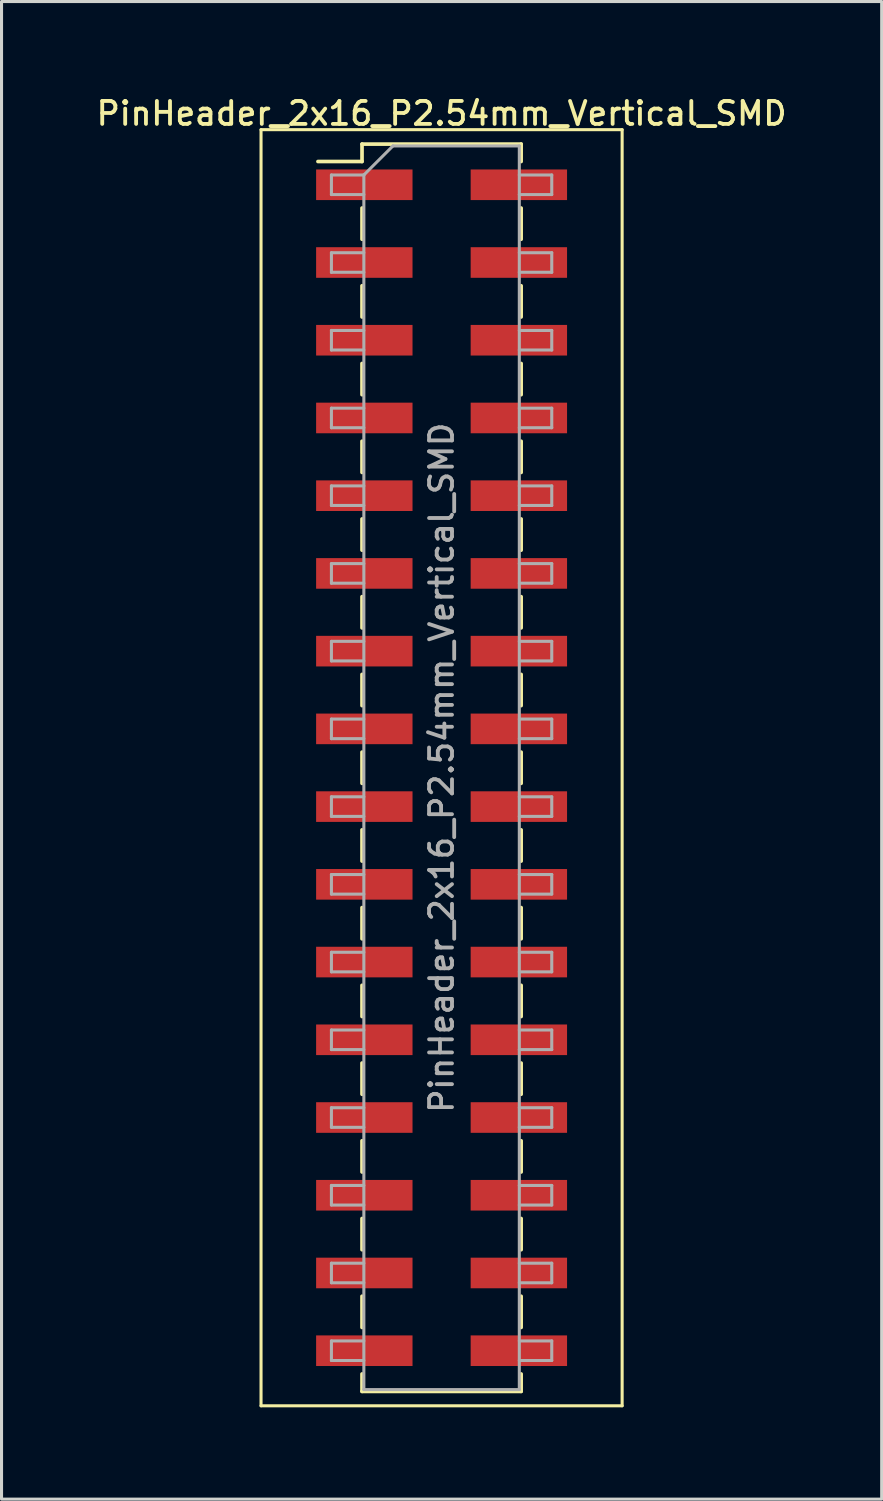
<source format=kicad_pcb>
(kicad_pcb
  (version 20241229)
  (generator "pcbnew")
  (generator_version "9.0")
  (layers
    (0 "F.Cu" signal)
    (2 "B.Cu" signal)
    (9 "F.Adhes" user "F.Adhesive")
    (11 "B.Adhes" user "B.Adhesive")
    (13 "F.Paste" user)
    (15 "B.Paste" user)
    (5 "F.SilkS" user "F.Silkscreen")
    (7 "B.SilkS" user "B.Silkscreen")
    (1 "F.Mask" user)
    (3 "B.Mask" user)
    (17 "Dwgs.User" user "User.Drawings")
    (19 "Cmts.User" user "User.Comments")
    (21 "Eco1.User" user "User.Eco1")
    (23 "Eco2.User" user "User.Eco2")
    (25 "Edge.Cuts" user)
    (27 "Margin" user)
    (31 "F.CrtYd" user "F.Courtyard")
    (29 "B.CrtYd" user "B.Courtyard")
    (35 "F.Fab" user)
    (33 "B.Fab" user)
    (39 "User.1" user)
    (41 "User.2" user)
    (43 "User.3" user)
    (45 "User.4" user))
  (footprint "PinHeader_2x16_P2.54mm_Vertical_SMD"
    (layer "F.Cu")
    (at 11.38 22.038)
    (property "Reference" "PinHeader_2x16_P2.54mm_Vertical_SMD" (at 0 -21.38 0) (layer "F.SilkS") (effects (font (size 0.75 0.75) (thickness 0.125))))
    (attr smd)
    (fp_line (start -5.9 -20.85) (end -5.9 20.85) (stroke (width 0.1) (type solid)) (layer "F.SilkS"))
    (fp_line (start -5.9 20.85) (end 5.9 20.85) (stroke (width 0.1) (type solid)) (layer "F.SilkS"))
    (fp_line (start -4.04 -19.81) (end -2.6 -19.81) (stroke (width 0.12) (type solid)) (layer "F.SilkS"))
    (fp_line (start -2.6 -20.38) (end -2.6 -19.81) (stroke (width 0.12) (type solid)) (layer "F.SilkS"))
    (fp_line (start -2.6 -20.38) (end 2.6 -20.38) (stroke (width 0.12) (type solid)) (layer "F.SilkS"))
    (fp_line (start -2.6 -18.29) (end -2.6 -17.27) (stroke (width 0.12) (type solid)) (layer "F.SilkS"))
    (fp_line (start -2.6 -15.75) (end -2.6 -14.73) (stroke (width 0.12) (type solid)) (layer "F.SilkS"))
    (fp_line (start -2.6 -13.21) (end -2.6 -12.19) (stroke (width 0.12) (type solid)) (layer "F.SilkS"))
    (fp_line (start -2.6 -10.67) (end -2.6 -9.65) (stroke (width 0.12) (type solid)) (layer "F.SilkS"))
    (fp_line (start -2.6 -8.13) (end -2.6 -7.11) (stroke (width 0.12) (type solid)) (layer "F.SilkS"))
    (fp_line (start -2.6 -5.59) (end -2.6 -4.57) (stroke (width 0.12) (type solid)) (layer "F.SilkS"))
    (fp_line (start -2.6 -3.05) (end -2.6 -2.03) (stroke (width 0.12) (type solid)) (layer "F.SilkS"))
    (fp_line (start -2.6 -0.51) (end -2.6 0.51) (stroke (width 0.12) (type solid)) (layer "F.SilkS"))
    (fp_line (start -2.6 2.03) (end -2.6 3.05) (stroke (width 0.12) (type solid)) (layer "F.SilkS"))
    (fp_line (start -2.6 4.57) (end -2.6 5.59) (stroke (width 0.12) (type solid)) (layer "F.SilkS"))
    (fp_line (start -2.6 7.11) (end -2.6 8.13) (stroke (width 0.12) (type solid)) (layer "F.SilkS"))
    (fp_line (start -2.6 9.65) (end -2.6 10.67) (stroke (width 0.12) (type solid)) (layer "F.SilkS"))
    (fp_line (start -2.6 12.19) (end -2.6 13.21) (stroke (width 0.12) (type solid)) (layer "F.SilkS"))
    (fp_line (start -2.6 14.73) (end -2.6 15.75) (stroke (width 0.12) (type solid)) (layer "F.SilkS"))
    (fp_line (start -2.6 17.27) (end -2.6 18.29) (stroke (width 0.12) (type solid)) (layer "F.SilkS"))
    (fp_line (start -2.6 19.81) (end -2.6 20.38) (stroke (width 0.12) (type solid)) (layer "F.SilkS"))
    (fp_line (start -2.6 20.38) (end 2.6 20.38) (stroke (width 0.12) (type solid)) (layer "F.SilkS"))
    (fp_line (start 2.6 -20.38) (end 2.6 -19.81) (stroke (width 0.12) (type solid)) (layer "F.SilkS"))
    (fp_line (start 2.6 -18.29) (end 2.6 -17.27) (stroke (width 0.12) (type solid)) (layer "F.SilkS"))
    (fp_line (start 2.6 -15.75) (end 2.6 -14.73) (stroke (width 0.12) (type solid)) (layer "F.SilkS"))
    (fp_line (start 2.6 -13.21) (end 2.6 -12.19) (stroke (width 0.12) (type solid)) (layer "F.SilkS"))
    (fp_line (start 2.6 -10.67) (end 2.6 -9.65) (stroke (width 0.12) (type solid)) (layer "F.SilkS"))
    (fp_line (start 2.6 -8.13) (end 2.6 -7.11) (stroke (width 0.12) (type solid)) (layer "F.SilkS"))
    (fp_line (start 2.6 -5.59) (end 2.6 -4.57) (stroke (width 0.12) (type solid)) (layer "F.SilkS"))
    (fp_line (start 2.6 -3.05) (end 2.6 -2.03) (stroke (width 0.12) (type solid)) (layer "F.SilkS"))
    (fp_line (start 2.6 -0.51) (end 2.6 0.51) (stroke (width 0.12) (type solid)) (layer "F.SilkS"))
    (fp_line (start 2.6 2.03) (end 2.6 3.05) (stroke (width 0.12) (type solid)) (layer "F.SilkS"))
    (fp_line (start 2.6 4.57) (end 2.6 5.59) (stroke (width 0.12) (type solid)) (layer "F.SilkS"))
    (fp_line (start 2.6 7.11) (end 2.6 8.13) (stroke (width 0.12) (type solid)) (layer "F.SilkS"))
    (fp_line (start 2.6 9.65) (end 2.6 10.67) (stroke (width 0.12) (type solid)) (layer "F.SilkS"))
    (fp_line (start 2.6 12.19) (end 2.6 13.21) (stroke (width 0.12) (type solid)) (layer "F.SilkS"))
    (fp_line (start 2.6 14.73) (end 2.6 15.75) (stroke (width 0.12) (type solid)) (layer "F.SilkS"))
    (fp_line (start 2.6 17.27) (end 2.6 18.29) (stroke (width 0.12) (type solid)) (layer "F.SilkS"))
    (fp_line (start 2.6 19.81) (end 2.6 20.38) (stroke (width 0.12) (type solid)) (layer "F.SilkS"))
    (fp_line (start 5.9 -20.85) (end -5.9 -20.85) (stroke (width 0.1) (type solid)) (layer "F.SilkS"))
    (fp_line (start 5.9 20.85) (end 5.9 -20.85) (stroke (width 0.1) (type solid)) (layer "F.SilkS"))
    (fp_line (start -3.6 -19.37) (end -3.6 -18.73) (stroke (width 0.1) (type solid)) (layer "F.Fab"))
    (fp_line (start -3.6 -18.73) (end -2.54 -18.73) (stroke (width 0.1) (type solid)) (layer "F.Fab"))
    (fp_line (start -3.6 -16.83) (end -3.6 -16.19) (stroke (width 0.1) (type solid)) (layer "F.Fab"))
    (fp_line (start -3.6 -16.19) (end -2.54 -16.19) (stroke (width 0.1) (type solid)) (layer "F.Fab"))
    (fp_line (start -3.6 -14.29) (end -3.6 -13.65) (stroke (width 0.1) (type solid)) (layer "F.Fab"))
    (fp_line (start -3.6 -13.65) (end -2.54 -13.65) (stroke (width 0.1) (type solid)) (layer "F.Fab"))
    (fp_line (start -3.6 -11.75) (end -3.6 -11.11) (stroke (width 0.1) (type solid)) (layer "F.Fab"))
    (fp_line (start -3.6 -11.11) (end -2.54 -11.11) (stroke (width 0.1) (type solid)) (layer "F.Fab"))
    (fp_line (start -3.6 -9.21) (end -3.6 -8.57) (stroke (width 0.1) (type solid)) (layer "F.Fab"))
    (fp_line (start -3.6 -8.57) (end -2.54 -8.57) (stroke (width 0.1) (type solid)) (layer "F.Fab"))
    (fp_line (start -3.6 -6.67) (end -3.6 -6.03) (stroke (width 0.1) (type solid)) (layer "F.Fab"))
    (fp_line (start -3.6 -6.03) (end -2.54 -6.03) (stroke (width 0.1) (type solid)) (layer "F.Fab"))
    (fp_line (start -3.6 -4.13) (end -3.6 -3.49) (stroke (width 0.1) (type solid)) (layer "F.Fab"))
    (fp_line (start -3.6 -3.49) (end -2.54 -3.49) (stroke (width 0.1) (type solid)) (layer "F.Fab"))
    (fp_line (start -3.6 -1.59) (end -3.6 -0.95) (stroke (width 0.1) (type solid)) (layer "F.Fab"))
    (fp_line (start -3.6 -0.95) (end -2.54 -0.95) (stroke (width 0.1) (type solid)) (layer "F.Fab"))
    (fp_line (start -3.6 0.95) (end -3.6 1.59) (stroke (width 0.1) (type solid)) (layer "F.Fab"))
    (fp_line (start -3.6 1.59) (end -2.54 1.59) (stroke (width 0.1) (type solid)) (layer "F.Fab"))
    (fp_line (start -3.6 3.49) (end -3.6 4.13) (stroke (width 0.1) (type solid)) (layer "F.Fab"))
    (fp_line (start -3.6 4.13) (end -2.54 4.13) (stroke (width 0.1) (type solid)) (layer "F.Fab"))
    (fp_line (start -3.6 6.03) (end -3.6 6.67) (stroke (width 0.1) (type solid)) (layer "F.Fab"))
    (fp_line (start -3.6 6.67) (end -2.54 6.67) (stroke (width 0.1) (type solid)) (layer "F.Fab"))
    (fp_line (start -3.6 8.57) (end -3.6 9.21) (stroke (width 0.1) (type solid)) (layer "F.Fab"))
    (fp_line (start -3.6 9.21) (end -2.54 9.21) (stroke (width 0.1) (type solid)) (layer "F.Fab"))
    (fp_line (start -3.6 11.11) (end -3.6 11.75) (stroke (width 0.1) (type solid)) (layer "F.Fab"))
    (fp_line (start -3.6 11.75) (end -2.54 11.75) (stroke (width 0.1) (type solid)) (layer "F.Fab"))
    (fp_line (start -3.6 13.65) (end -3.6 14.29) (stroke (width 0.1) (type solid)) (layer "F.Fab"))
    (fp_line (start -3.6 14.29) (end -2.54 14.29) (stroke (width 0.1) (type solid)) (layer "F.Fab"))
    (fp_line (start -3.6 16.19) (end -3.6 16.83) (stroke (width 0.1) (type solid)) (layer "F.Fab"))
    (fp_line (start -3.6 16.83) (end -2.54 16.83) (stroke (width 0.1) (type solid)) (layer "F.Fab"))
    (fp_line (start -3.6 18.73) (end -3.6 19.37) (stroke (width 0.1) (type solid)) (layer "F.Fab"))
    (fp_line (start -3.6 19.37) (end -2.54 19.37) (stroke (width 0.1) (type solid)) (layer "F.Fab"))
    (fp_line (start -2.54 -19.37) (end -3.6 -19.37) (stroke (width 0.1) (type solid)) (layer "F.Fab"))
    (fp_line (start -2.54 -19.37) (end -1.59 -20.32) (stroke (width 0.1) (type solid)) (layer "F.Fab"))
    (fp_line (start -2.54 -16.83) (end -3.6 -16.83) (stroke (width 0.1) (type solid)) (layer "F.Fab"))
    (fp_line (start -2.54 -14.29) (end -3.6 -14.29) (stroke (width 0.1) (type solid)) (layer "F.Fab"))
    (fp_line (start -2.54 -11.75) (end -3.6 -11.75) (stroke (width 0.1) (type solid)) (layer "F.Fab"))
    (fp_line (start -2.54 -9.21) (end -3.6 -9.21) (stroke (width 0.1) (type solid)) (layer "F.Fab"))
    (fp_line (start -2.54 -6.67) (end -3.6 -6.67) (stroke (width 0.1) (type solid)) (layer "F.Fab"))
    (fp_line (start -2.54 -4.13) (end -3.6 -4.13) (stroke (width 0.1) (type solid)) (layer "F.Fab"))
    (fp_line (start -2.54 -1.59) (end -3.6 -1.59) (stroke (width 0.1) (type solid)) (layer "F.Fab"))
    (fp_line (start -2.54 0.95) (end -3.6 0.95) (stroke (width 0.1) (type solid)) (layer "F.Fab"))
    (fp_line (start -2.54 3.49) (end -3.6 3.49) (stroke (width 0.1) (type solid)) (layer "F.Fab"))
    (fp_line (start -2.54 6.03) (end -3.6 6.03) (stroke (width 0.1) (type solid)) (layer "F.Fab"))
    (fp_line (start -2.54 8.57) (end -3.6 8.57) (stroke (width 0.1) (type solid)) (layer "F.Fab"))
    (fp_line (start -2.54 11.11) (end -3.6 11.11) (stroke (width 0.1) (type solid)) (layer "F.Fab"))
    (fp_line (start -2.54 13.65) (end -3.6 13.65) (stroke (width 0.1) (type solid)) (layer "F.Fab"))
    (fp_line (start -2.54 16.19) (end -3.6 16.19) (stroke (width 0.1) (type solid)) (layer "F.Fab"))
    (fp_line (start -2.54 18.73) (end -3.6 18.73) (stroke (width 0.1) (type solid)) (layer "F.Fab"))
    (fp_line (start -2.54 20.32) (end -2.54 -19.37) (stroke (width 0.1) (type solid)) (layer "F.Fab"))
    (fp_line (start -1.59 -20.32) (end 2.54 -20.32) (stroke (width 0.1) (type solid)) (layer "F.Fab"))
    (fp_line (start 2.54 -20.32) (end 2.54 20.32) (stroke (width 0.1) (type solid)) (layer "F.Fab"))
    (fp_line (start 2.54 -19.37) (end 3.6 -19.37) (stroke (width 0.1) (type solid)) (layer "F.Fab"))
    (fp_line (start 2.54 -16.83) (end 3.6 -16.83) (stroke (width 0.1) (type solid)) (layer "F.Fab"))
    (fp_line (start 2.54 -14.29) (end 3.6 -14.29) (stroke (width 0.1) (type solid)) (layer "F.Fab"))
    (fp_line (start 2.54 -11.75) (end 3.6 -11.75) (stroke (width 0.1) (type solid)) (layer "F.Fab"))
    (fp_line (start 2.54 -9.21) (end 3.6 -9.21) (stroke (width 0.1) (type solid)) (layer "F.Fab"))
    (fp_line (start 2.54 -6.67) (end 3.6 -6.67) (stroke (width 0.1) (type solid)) (layer "F.Fab"))
    (fp_line (start 2.54 -4.13) (end 3.6 -4.13) (stroke (width 0.1) (type solid)) (layer "F.Fab"))
    (fp_line (start 2.54 -1.59) (end 3.6 -1.59) (stroke (width 0.1) (type solid)) (layer "F.Fab"))
    (fp_line (start 2.54 0.95) (end 3.6 0.95) (stroke (width 0.1) (type solid)) (layer "F.Fab"))
    (fp_line (start 2.54 3.49) (end 3.6 3.49) (stroke (width 0.1) (type solid)) (layer "F.Fab"))
    (fp_line (start 2.54 6.03) (end 3.6 6.03) (stroke (width 0.1) (type solid)) (layer "F.Fab"))
    (fp_line (start 2.54 8.57) (end 3.6 8.57) (stroke (width 0.1) (type solid)) (layer "F.Fab"))
    (fp_line (start 2.54 11.11) (end 3.6 11.11) (stroke (width 0.1) (type solid)) (layer "F.Fab"))
    (fp_line (start 2.54 13.65) (end 3.6 13.65) (stroke (width 0.1) (type solid)) (layer "F.Fab"))
    (fp_line (start 2.54 16.19) (end 3.6 16.19) (stroke (width 0.1) (type solid)) (layer "F.Fab"))
    (fp_line (start 2.54 18.73) (end 3.6 18.73) (stroke (width 0.1) (type solid)) (layer "F.Fab"))
    (fp_line (start 2.54 20.32) (end -2.54 20.32) (stroke (width 0.1) (type solid)) (layer "F.Fab"))
    (fp_line (start 3.6 -19.37) (end 3.6 -18.73) (stroke (width 0.1) (type solid)) (layer "F.Fab"))
    (fp_line (start 3.6 -18.73) (end 2.54 -18.73) (stroke (width 0.1) (type solid)) (layer "F.Fab"))
    (fp_line (start 3.6 -16.83) (end 3.6 -16.19) (stroke (width 0.1) (type solid)) (layer "F.Fab"))
    (fp_line (start 3.6 -16.19) (end 2.54 -16.19) (stroke (width 0.1) (type solid)) (layer "F.Fab"))
    (fp_line (start 3.6 -14.29) (end 3.6 -13.65) (stroke (width 0.1) (type solid)) (layer "F.Fab"))
    (fp_line (start 3.6 -13.65) (end 2.54 -13.65) (stroke (width 0.1) (type solid)) (layer "F.Fab"))
    (fp_line (start 3.6 -11.75) (end 3.6 -11.11) (stroke (width 0.1) (type solid)) (layer "F.Fab"))
    (fp_line (start 3.6 -11.11) (end 2.54 -11.11) (stroke (width 0.1) (type solid)) (layer "F.Fab"))
    (fp_line (start 3.6 -9.21) (end 3.6 -8.57) (stroke (width 0.1) (type solid)) (layer "F.Fab"))
    (fp_line (start 3.6 -8.57) (end 2.54 -8.57) (stroke (width 0.1) (type solid)) (layer "F.Fab"))
    (fp_line (start 3.6 -6.67) (end 3.6 -6.03) (stroke (width 0.1) (type solid)) (layer "F.Fab"))
    (fp_line (start 3.6 -6.03) (end 2.54 -6.03) (stroke (width 0.1) (type solid)) (layer "F.Fab"))
    (fp_line (start 3.6 -4.13) (end 3.6 -3.49) (stroke (width 0.1) (type solid)) (layer "F.Fab"))
    (fp_line (start 3.6 -3.49) (end 2.54 -3.49) (stroke (width 0.1) (type solid)) (layer "F.Fab"))
    (fp_line (start 3.6 -1.59) (end 3.6 -0.95) (stroke (width 0.1) (type solid)) (layer "F.Fab"))
    (fp_line (start 3.6 -0.95) (end 2.54 -0.95) (stroke (width 0.1) (type solid)) (layer "F.Fab"))
    (fp_line (start 3.6 0.95) (end 3.6 1.59) (stroke (width 0.1) (type solid)) (layer "F.Fab"))
    (fp_line (start 3.6 1.59) (end 2.54 1.59) (stroke (width 0.1) (type solid)) (layer "F.Fab"))
    (fp_line (start 3.6 3.49) (end 3.6 4.13) (stroke (width 0.1) (type solid)) (layer "F.Fab"))
    (fp_line (start 3.6 4.13) (end 2.54 4.13) (stroke (width 0.1) (type solid)) (layer "F.Fab"))
    (fp_line (start 3.6 6.03) (end 3.6 6.67) (stroke (width 0.1) (type solid)) (layer "F.Fab"))
    (fp_line (start 3.6 6.67) (end 2.54 6.67) (stroke (width 0.1) (type solid)) (layer "F.Fab"))
    (fp_line (start 3.6 8.57) (end 3.6 9.21) (stroke (width 0.1) (type solid)) (layer "F.Fab"))
    (fp_line (start 3.6 9.21) (end 2.54 9.21) (stroke (width 0.1) (type solid)) (layer "F.Fab"))
    (fp_line (start 3.6 11.11) (end 3.6 11.75) (stroke (width 0.1) (type solid)) (layer "F.Fab"))
    (fp_line (start 3.6 11.75) (end 2.54 11.75) (stroke (width 0.1) (type solid)) (layer "F.Fab"))
    (fp_line (start 3.6 13.65) (end 3.6 14.29) (stroke (width 0.1) (type solid)) (layer "F.Fab"))
    (fp_line (start 3.6 14.29) (end 2.54 14.29) (stroke (width 0.1) (type solid)) (layer "F.Fab"))
    (fp_line (start 3.6 16.19) (end 3.6 16.83) (stroke (width 0.1) (type solid)) (layer "F.Fab"))
    (fp_line (start 3.6 16.83) (end 2.54 16.83) (stroke (width 0.1) (type solid)) (layer "F.Fab"))
    (fp_line (start 3.6 18.73) (end 3.6 19.37) (stroke (width 0.1) (type solid)) (layer "F.Fab"))
    (fp_line (start 3.6 19.37) (end 2.54 19.37) (stroke (width 0.1) (type solid)) (layer "F.Fab"))
    (fp_text user "${REFERENCE}" (at 0 0 90) (layer "F.Fab") (effects (font (size 0.75 0.75) (thickness 0.125))))
    (pad "1" smd rect (at -2.525 -19.05) (size 3.15 1) (layers "F.Cu" "F.Mask" "F.Paste"))
    (pad "2" smd rect (at 2.525 -19.05) (size 3.15 1) (layers "F.Cu" "F.Mask" "F.Paste"))
    (pad "3" smd rect (at -2.525 -16.51) (size 3.15 1) (layers "F.Cu" "F.Mask" "F.Paste"))
    (pad "4" smd rect (at 2.525 -16.51) (size 3.15 1) (layers "F.Cu" "F.Mask" "F.Paste"))
    (pad "5" smd rect (at -2.525 -13.97) (size 3.15 1) (layers "F.Cu" "F.Mask" "F.Paste"))
    (pad "6" smd rect (at 2.525 -13.97) (size 3.15 1) (layers "F.Cu" "F.Mask" "F.Paste"))
    (pad "7" smd rect (at -2.525 -11.43) (size 3.15 1) (layers "F.Cu" "F.Mask" "F.Paste"))
    (pad "8" smd rect (at 2.525 -11.43) (size 3.15 1) (layers "F.Cu" "F.Mask" "F.Paste"))
    (pad "9" smd rect (at -2.525 -8.89) (size 3.15 1) (layers "F.Cu" "F.Mask" "F.Paste"))
    (pad "10" smd rect (at 2.525 -8.89) (size 3.15 1) (layers "F.Cu" "F.Mask" "F.Paste"))
    (pad "11" smd rect (at -2.525 -6.35) (size 3.15 1) (layers "F.Cu" "F.Mask" "F.Paste"))
    (pad "12" smd rect (at 2.525 -6.35) (size 3.15 1) (layers "F.Cu" "F.Mask" "F.Paste"))
    (pad "13" smd rect (at -2.525 -3.81) (size 3.15 1) (layers "F.Cu" "F.Mask" "F.Paste"))
    (pad "14" smd rect (at 2.525 -3.81) (size 3.15 1) (layers "F.Cu" "F.Mask" "F.Paste"))
    (pad "15" smd rect (at -2.525 -1.27) (size 3.15 1) (layers "F.Cu" "F.Mask" "F.Paste"))
    (pad "16" smd rect (at 2.525 -1.27) (size 3.15 1) (layers "F.Cu" "F.Mask" "F.Paste"))
    (pad "17" smd rect (at -2.525 1.27) (size 3.15 1) (layers "F.Cu" "F.Mask" "F.Paste"))
    (pad "18" smd rect (at 2.525 1.27) (size 3.15 1) (layers "F.Cu" "F.Mask" "F.Paste"))
    (pad "19" smd rect (at -2.525 3.81) (size 3.15 1) (layers "F.Cu" "F.Mask" "F.Paste"))
    (pad "20" smd rect (at 2.525 3.81) (size 3.15 1) (layers "F.Cu" "F.Mask" "F.Paste"))
    (pad "21" smd rect (at -2.525 6.35) (size 3.15 1) (layers "F.Cu" "F.Mask" "F.Paste"))
    (pad "22" smd rect (at 2.525 6.35) (size 3.15 1) (layers "F.Cu" "F.Mask" "F.Paste"))
    (pad "23" smd rect (at -2.525 8.89) (size 3.15 1) (layers "F.Cu" "F.Mask" "F.Paste"))
    (pad "24" smd rect (at 2.525 8.89) (size 3.15 1) (layers "F.Cu" "F.Mask" "F.Paste"))
    (pad "25" smd rect (at -2.525 11.43) (size 3.15 1) (layers "F.Cu" "F.Mask" "F.Paste"))
    (pad "26" smd rect (at 2.525 11.43) (size 3.15 1) (layers "F.Cu" "F.Mask" "F.Paste"))
    (pad "27" smd rect (at -2.525 13.97) (size 3.15 1) (layers "F.Cu" "F.Mask" "F.Paste"))
    (pad "28" smd rect (at 2.525 13.97) (size 3.15 1) (layers "F.Cu" "F.Mask" "F.Paste"))
    (pad "29" smd rect (at -2.525 16.51) (size 3.15 1) (layers "F.Cu" "F.Mask" "F.Paste"))
    (pad "30" smd rect (at 2.525 16.51) (size 3.15 1) (layers "F.Cu" "F.Mask" "F.Paste"))
    (pad "31" smd rect (at -2.525 19.05) (size 3.15 1) (layers "F.Cu" "F.Mask" "F.Paste"))
    (pad "32" smd rect (at 2.525 19.05) (size 3.15 1) (layers "F.Cu" "F.Mask" "F.Paste")))
  (gr_rect
    (start -3 -3)
    (end 25.761 45.938)
    (stroke (width 0.1) (type default))
    (fill no)
    (layer "Edge.Cuts")))
</source>
